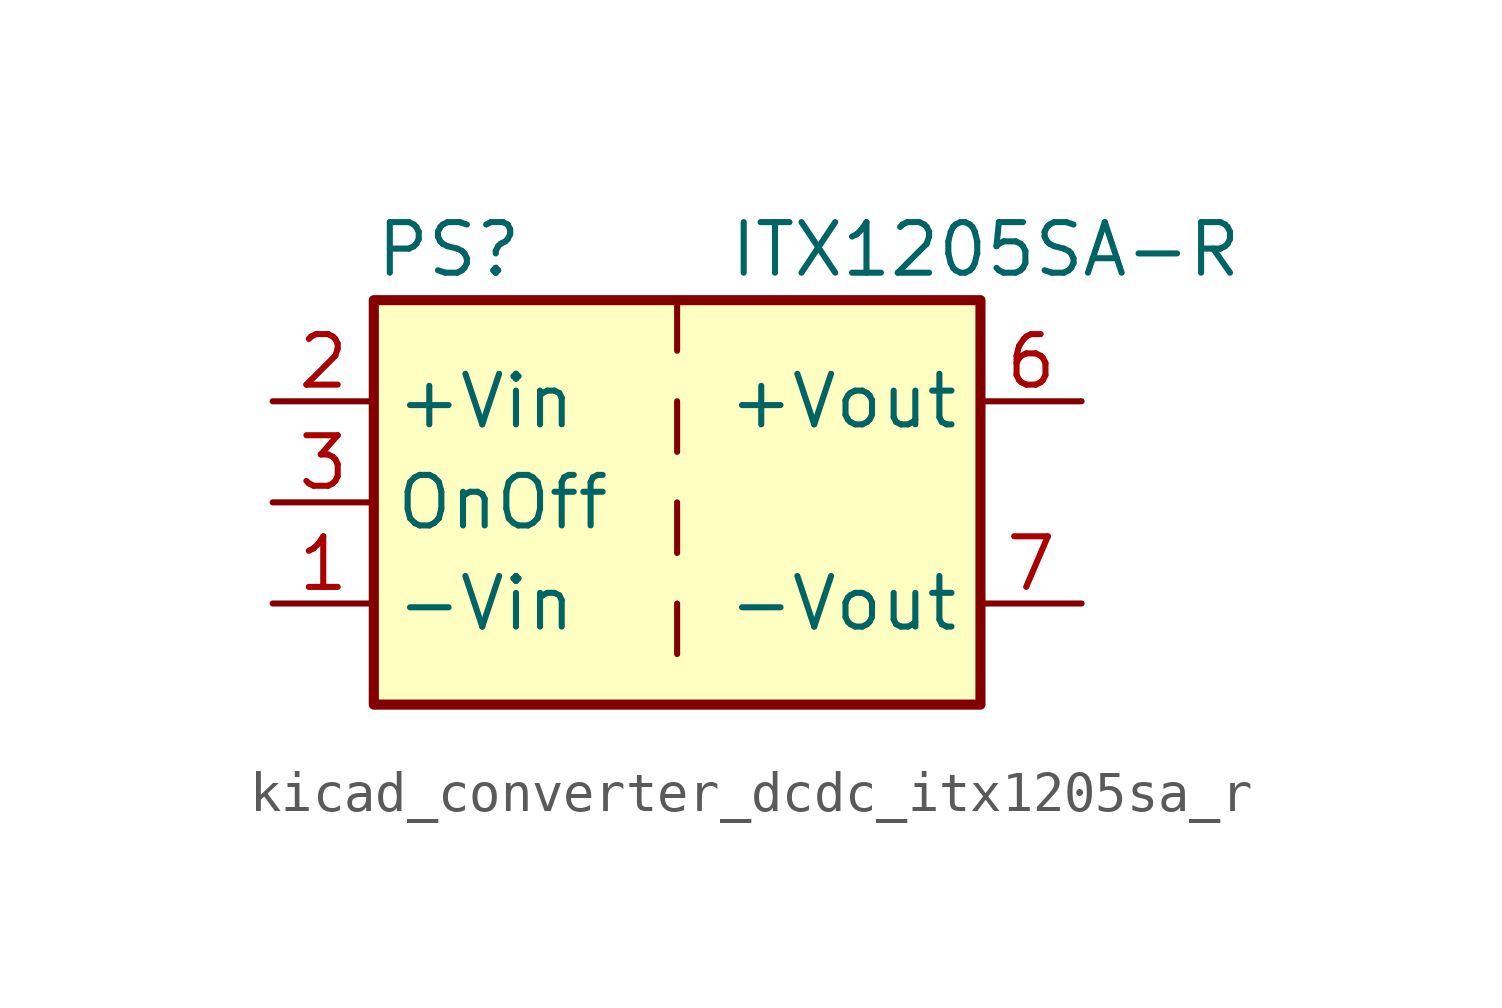
<source format=kicad_sym>
(kicad_symbol_lib
  (version 20220914)
  (generator kicad_symbol_editor)
  (symbol "kicad_converter_dcdc_itx1205sa_r"
    (property "Reference" "PS"
      (at -7.62 6.35 0)
      (effects (font (size 1.27 1.27)) (justify left)))
    (property "Value" "ITX1205SA-R"
      (at 1.27 6.35 0)
      (effects (font (size 1.27 1.27)) (justify left)))
    (symbol "kicad_converter_dcdc_itx1205sa_r_0_0"
      (pin power_in line (at -10.16 -2.54 0) (length 2.54) (name "-Vin" (effects (font (size 1.27 1.27)))) (number "1" (effects (font (size 1.27 1.27)))))
      (pin power_in line (at -10.16 2.54 0) (length 2.54) (name "+Vin" (effects (font (size 1.27 1.27)))) (number "2" (effects (font (size 1.27 1.27)))))
      (pin input line (at -10.16 0 0) (length 2.54) (name "OnOff" (effects (font (size 1.27 1.27)))) (number "3" (effects (font (size 1.27 1.27)))))
      (pin no_connect line (at 0 5.08 270) (length 2.54) hide (name "NC" (effects (font (size 1.27 1.27)))) (number "5" (effects (font (size 1.27 1.27)))))
      (pin power_out line (at 10.16 2.54 180) (length 2.54) (name "+Vout" (effects (font (size 1.27 1.27)))) (number "6" (effects (font (size 1.27 1.27)))))
      (pin power_out line (at 10.16 -2.54 180) (length 2.54) (name "-Vout" (effects (font (size 1.27 1.27)))) (number "7" (effects (font (size 1.27 1.27)))))
      (pin no_connect line (at 7.62 0 180) (length 2.54) hide (name "NC" (effects (font (size 1.27 1.27)))) (number "8" (effects (font (size 1.27 1.27))))))
    (symbol "kicad_converter_dcdc_itx1205sa_r_0_1"
      (rectangle (start -7.62 5.08) (end 7.62 -5.08) (stroke (width 0.254) (type default)) (fill (type background)))
      (polyline (pts (xy 0 -2.54) (xy 0 -3.81)) (stroke (width 0) (type default)) (fill (type none)))
      (polyline (pts (xy 0 0) (xy 0 -1.27)) (stroke (width 0) (type default)) (fill (type none)))
      (polyline (pts (xy 0 2.54) (xy 0 1.27)) (stroke (width 0) (type default)) (fill (type none)))
      (polyline (pts (xy 0 5.08) (xy 0 3.81)) (stroke (width 0) (type default)) (fill (type none))))))
</source>
